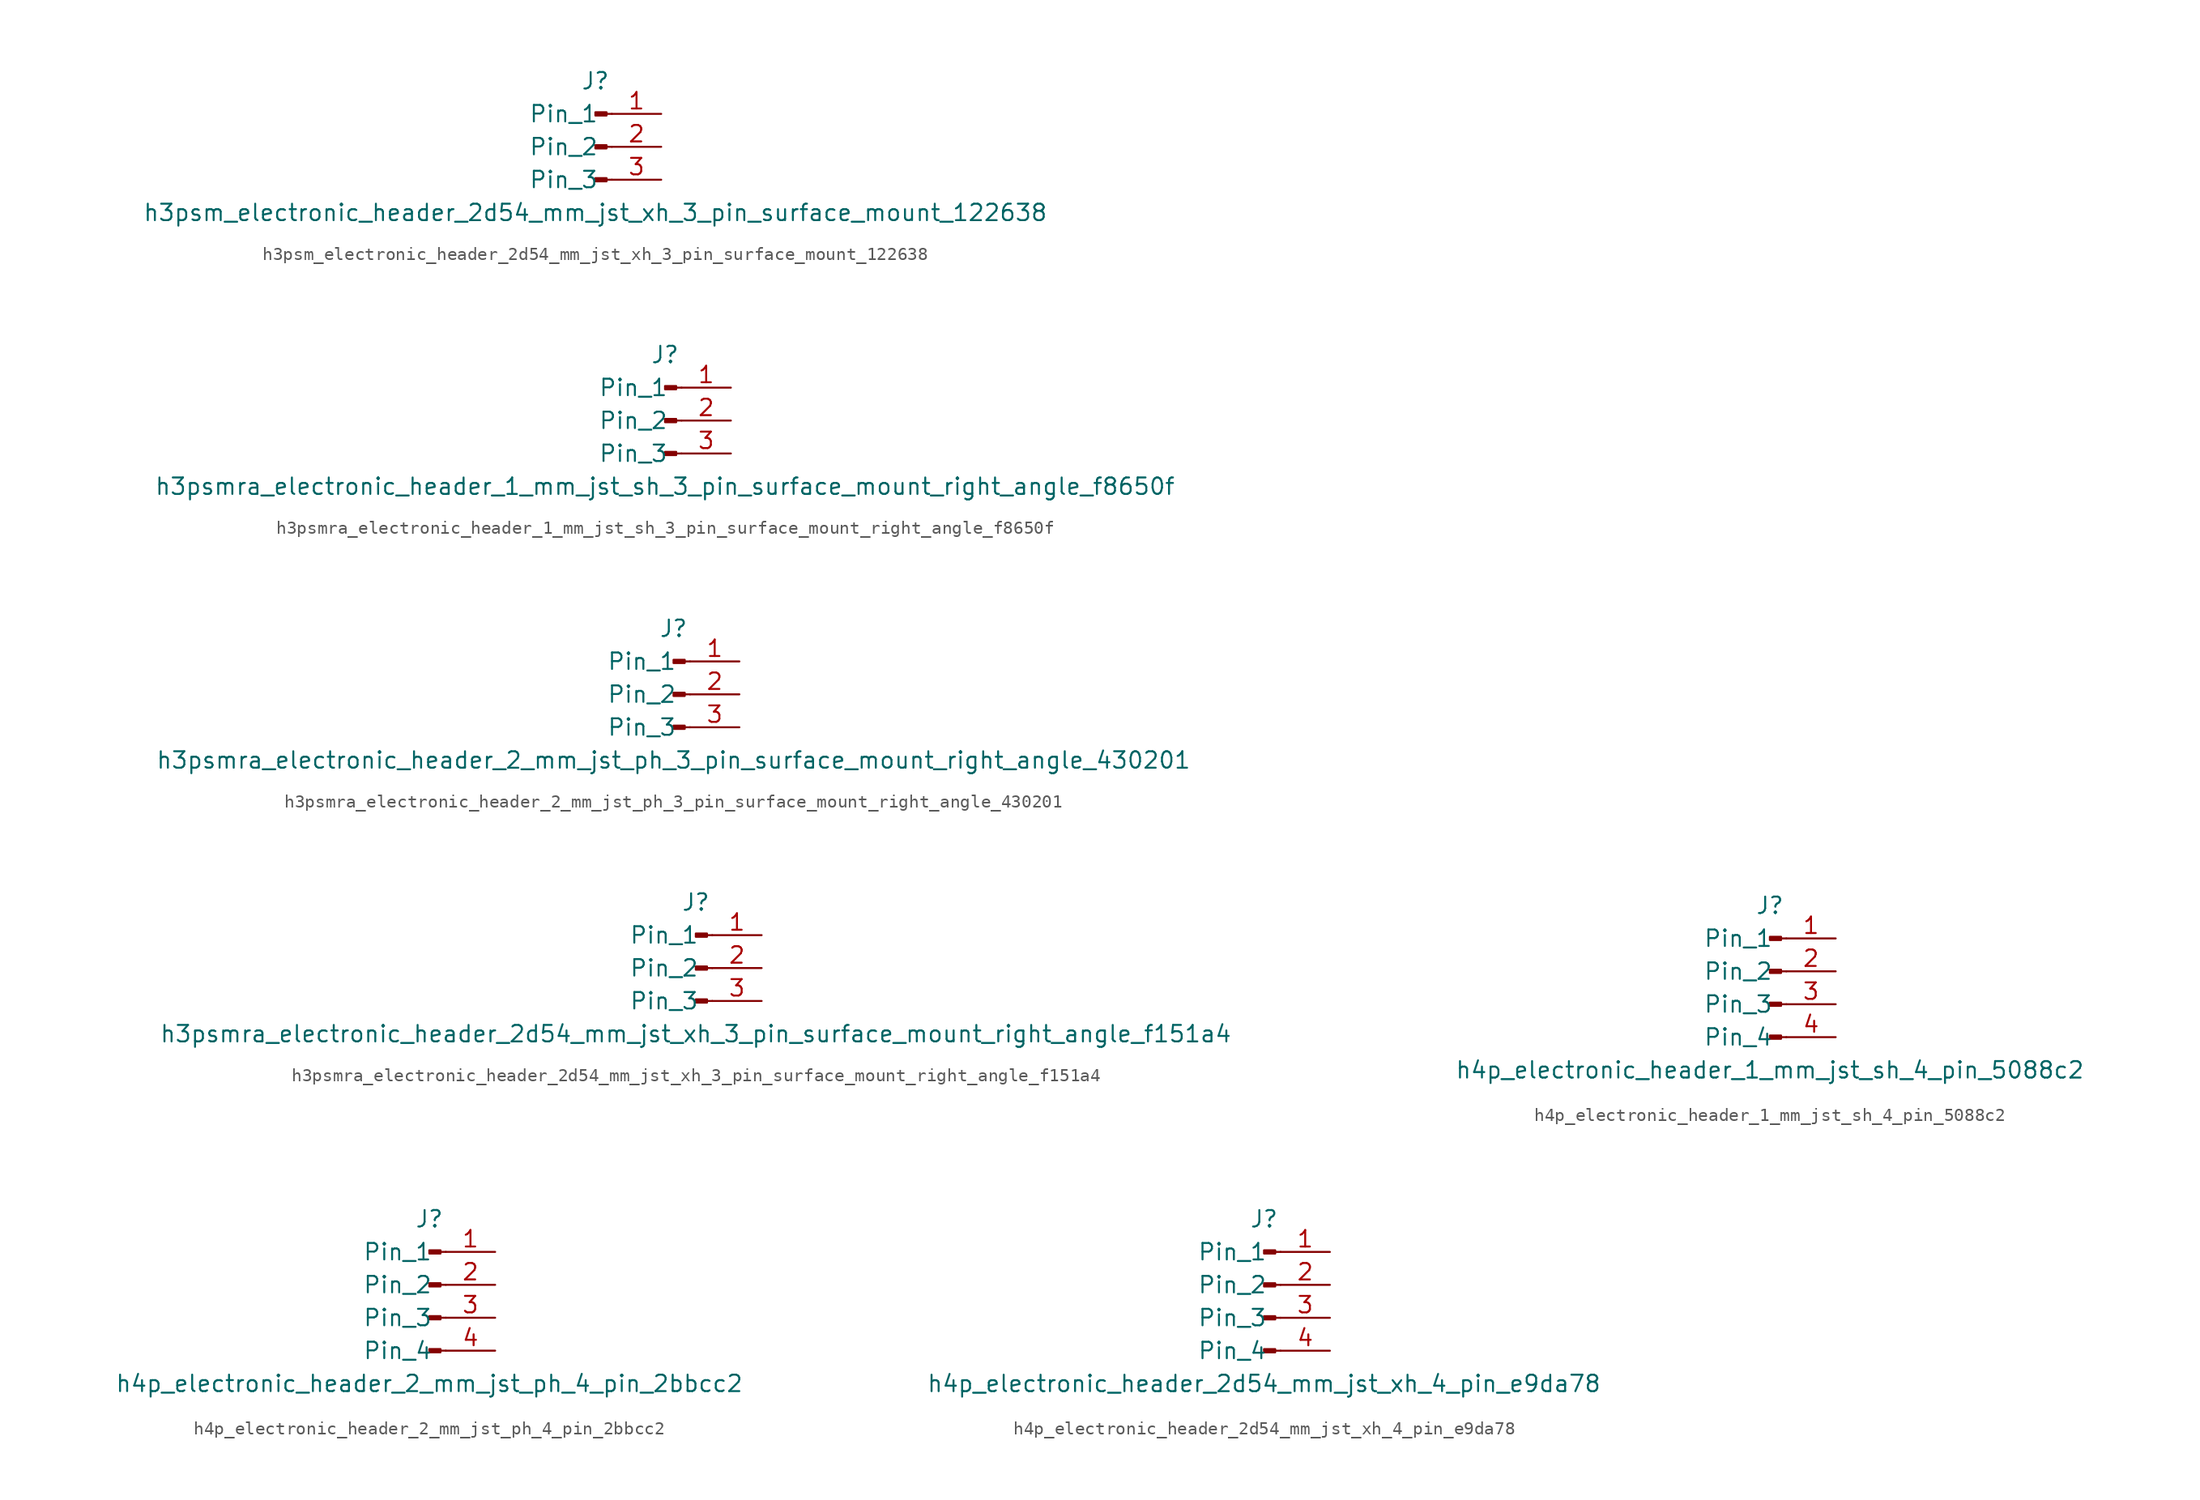
<source format=kicad_sym>
(kicad_symbol_lib
  (version 20220914)
  (generator kicad_symbol_editor)
  (symbol "h3psm_electronic_header_2d54_mm_jst_xh_3_pin_surface_mount_122638"
    (pin_names
      (offset 1.016))
    (property "Reference" "J"
      (at 0 5.08 0)
      (effects (font (size 1.27 1.27))))
    (property "Value" "h3psm_electronic_header_2d54_mm_jst_xh_3_pin_surface_mount_122638"
      (at 0 -5.08 0)
      (effects (font (size 1.27 1.27))))
    (property "ki_locked" ""
      (at 0 0 0)
      (effects (font (size 1.27 1.27))))
    (symbol "h3psm_electronic_header_2d54_mm_jst_xh_3_pin_surface_mount_122638_1_1"
      (polyline (pts (xy 1.27 -2.54) (xy 0.864 -2.54)) (stroke (width 0.152) (type default)) (fill (type none)))
      (polyline (pts (xy 1.27 0) (xy 0.864 0)) (stroke (width 0.152) (type default)) (fill (type none)))
      (polyline (pts (xy 1.27 2.54) (xy 0.864 2.54)) (stroke (width 0.152) (type default)) (fill (type none)))
      (rectangle (start 0.864 -2.413) (end 0 -2.667) (stroke (width 0.152) (type default)) (fill (type outline)))
      (rectangle (start 0.864 0.127) (end 0 -0.127) (stroke (width 0.152) (type default)) (fill (type outline)))
      (rectangle (start 0.864 2.667) (end 0 2.413) (stroke (width 0.152) (type default)) (fill (type outline)))
      (pin passive line (at 5.08 2.54 180) (length 3.81) (name "Pin_1" (effects (font (size 1.27 1.27)))) (number "1" (effects (font (size 1.27 1.27)))))
      (pin passive line (at 5.08 0 180) (length 3.81) (name "Pin_2" (effects (font (size 1.27 1.27)))) (number "2" (effects (font (size 1.27 1.27)))))
      (pin passive line (at 5.08 -2.54 180) (length 3.81) (name "Pin_3" (effects (font (size 1.27 1.27)))) (number "3" (effects (font (size 1.27 1.27)))))))
  (symbol "h3psmra_electronic_header_1_mm_jst_sh_3_pin_surface_mount_right_angle_f8650f"
    (pin_names
      (offset 1.016))
    (property "Reference" "J"
      (at 0 5.08 0)
      (effects (font (size 1.27 1.27))))
    (property "Value" "h3psmra_electronic_header_1_mm_jst_sh_3_pin_surface_mount_right_angle_f8650f"
      (at 0 -5.08 0)
      (effects (font (size 1.27 1.27))))
    (property "ki_locked" ""
      (at 0 0 0)
      (effects (font (size 1.27 1.27))))
    (symbol "h3psmra_electronic_header_1_mm_jst_sh_3_pin_surface_mount_right_angle_f8650f_1_1"
      (polyline (pts (xy 1.27 -2.54) (xy 0.864 -2.54)) (stroke (width 0.152) (type default)) (fill (type none)))
      (polyline (pts (xy 1.27 0) (xy 0.864 0)) (stroke (width 0.152) (type default)) (fill (type none)))
      (polyline (pts (xy 1.27 2.54) (xy 0.864 2.54)) (stroke (width 0.152) (type default)) (fill (type none)))
      (rectangle (start 0.864 -2.413) (end 0 -2.667) (stroke (width 0.152) (type default)) (fill (type outline)))
      (rectangle (start 0.864 0.127) (end 0 -0.127) (stroke (width 0.152) (type default)) (fill (type outline)))
      (rectangle (start 0.864 2.667) (end 0 2.413) (stroke (width 0.152) (type default)) (fill (type outline)))
      (pin passive line (at 5.08 2.54 180) (length 3.81) (name "Pin_1" (effects (font (size 1.27 1.27)))) (number "1" (effects (font (size 1.27 1.27)))))
      (pin passive line (at 5.08 0 180) (length 3.81) (name "Pin_2" (effects (font (size 1.27 1.27)))) (number "2" (effects (font (size 1.27 1.27)))))
      (pin passive line (at 5.08 -2.54 180) (length 3.81) (name "Pin_3" (effects (font (size 1.27 1.27)))) (number "3" (effects (font (size 1.27 1.27)))))))
  (symbol "h3psmra_electronic_header_2_mm_jst_ph_3_pin_surface_mount_right_angle_430201"
    (pin_names
      (offset 1.016))
    (property "Reference" "J"
      (at 0 5.08 0)
      (effects (font (size 1.27 1.27))))
    (property "Value" "h3psmra_electronic_header_2_mm_jst_ph_3_pin_surface_mount_right_angle_430201"
      (at 0 -5.08 0)
      (effects (font (size 1.27 1.27))))
    (property "ki_locked" ""
      (at 0 0 0)
      (effects (font (size 1.27 1.27))))
    (symbol "h3psmra_electronic_header_2_mm_jst_ph_3_pin_surface_mount_right_angle_430201_1_1"
      (polyline (pts (xy 1.27 -2.54) (xy 0.864 -2.54)) (stroke (width 0.152) (type default)) (fill (type none)))
      (polyline (pts (xy 1.27 0) (xy 0.864 0)) (stroke (width 0.152) (type default)) (fill (type none)))
      (polyline (pts (xy 1.27 2.54) (xy 0.864 2.54)) (stroke (width 0.152) (type default)) (fill (type none)))
      (rectangle (start 0.864 -2.413) (end 0 -2.667) (stroke (width 0.152) (type default)) (fill (type outline)))
      (rectangle (start 0.864 0.127) (end 0 -0.127) (stroke (width 0.152) (type default)) (fill (type outline)))
      (rectangle (start 0.864 2.667) (end 0 2.413) (stroke (width 0.152) (type default)) (fill (type outline)))
      (pin passive line (at 5.08 2.54 180) (length 3.81) (name "Pin_1" (effects (font (size 1.27 1.27)))) (number "1" (effects (font (size 1.27 1.27)))))
      (pin passive line (at 5.08 0 180) (length 3.81) (name "Pin_2" (effects (font (size 1.27 1.27)))) (number "2" (effects (font (size 1.27 1.27)))))
      (pin passive line (at 5.08 -2.54 180) (length 3.81) (name "Pin_3" (effects (font (size 1.27 1.27)))) (number "3" (effects (font (size 1.27 1.27)))))))
  (symbol "h3psmra_electronic_header_2d54_mm_jst_xh_3_pin_surface_mount_right_angle_f151a4"
    (pin_names
      (offset 1.016))
    (property "Reference" "J"
      (at 0 5.08 0)
      (effects (font (size 1.27 1.27))))
    (property "Value" "h3psmra_electronic_header_2d54_mm_jst_xh_3_pin_surface_mount_right_angle_f151a4"
      (at 0 -5.08 0)
      (effects (font (size 1.27 1.27))))
    (property "ki_locked" ""
      (at 0 0 0)
      (effects (font (size 1.27 1.27))))
    (symbol "h3psmra_electronic_header_2d54_mm_jst_xh_3_pin_surface_mount_right_angle_f151a4_1_1"
      (polyline (pts (xy 1.27 -2.54) (xy 0.864 -2.54)) (stroke (width 0.152) (type default)) (fill (type none)))
      (polyline (pts (xy 1.27 0) (xy 0.864 0)) (stroke (width 0.152) (type default)) (fill (type none)))
      (polyline (pts (xy 1.27 2.54) (xy 0.864 2.54)) (stroke (width 0.152) (type default)) (fill (type none)))
      (rectangle (start 0.864 -2.413) (end 0 -2.667) (stroke (width 0.152) (type default)) (fill (type outline)))
      (rectangle (start 0.864 0.127) (end 0 -0.127) (stroke (width 0.152) (type default)) (fill (type outline)))
      (rectangle (start 0.864 2.667) (end 0 2.413) (stroke (width 0.152) (type default)) (fill (type outline)))
      (pin passive line (at 5.08 2.54 180) (length 3.81) (name "Pin_1" (effects (font (size 1.27 1.27)))) (number "1" (effects (font (size 1.27 1.27)))))
      (pin passive line (at 5.08 0 180) (length 3.81) (name "Pin_2" (effects (font (size 1.27 1.27)))) (number "2" (effects (font (size 1.27 1.27)))))
      (pin passive line (at 5.08 -2.54 180) (length 3.81) (name "Pin_3" (effects (font (size 1.27 1.27)))) (number "3" (effects (font (size 1.27 1.27)))))))
  (symbol "h4p_electronic_header_1_mm_jst_sh_4_pin_5088c2"
    (pin_names
      (offset 1.016))
    (property "Reference" "J"
      (at 0 5.08 0)
      (effects (font (size 1.27 1.27))))
    (property "Value" "h4p_electronic_header_1_mm_jst_sh_4_pin_5088c2"
      (at 0 -7.62 0)
      (effects (font (size 1.27 1.27))))
    (property "ki_locked" ""
      (at 0 0 0)
      (effects (font (size 1.27 1.27))))
    (symbol "h4p_electronic_header_1_mm_jst_sh_4_pin_5088c2_1_1"
      (polyline (pts (xy 1.27 -5.08) (xy 0.864 -5.08)) (stroke (width 0.152) (type default)) (fill (type none)))
      (polyline (pts (xy 1.27 -2.54) (xy 0.864 -2.54)) (stroke (width 0.152) (type default)) (fill (type none)))
      (polyline (pts (xy 1.27 0) (xy 0.864 0)) (stroke (width 0.152) (type default)) (fill (type none)))
      (polyline (pts (xy 1.27 2.54) (xy 0.864 2.54)) (stroke (width 0.152) (type default)) (fill (type none)))
      (rectangle (start 0.864 -4.953) (end 0 -5.207) (stroke (width 0.152) (type default)) (fill (type outline)))
      (rectangle (start 0.864 -2.413) (end 0 -2.667) (stroke (width 0.152) (type default)) (fill (type outline)))
      (rectangle (start 0.864 0.127) (end 0 -0.127) (stroke (width 0.152) (type default)) (fill (type outline)))
      (rectangle (start 0.864 2.667) (end 0 2.413) (stroke (width 0.152) (type default)) (fill (type outline)))
      (pin passive line (at 5.08 2.54 180) (length 3.81) (name "Pin_1" (effects (font (size 1.27 1.27)))) (number "1" (effects (font (size 1.27 1.27)))))
      (pin passive line (at 5.08 0 180) (length 3.81) (name "Pin_2" (effects (font (size 1.27 1.27)))) (number "2" (effects (font (size 1.27 1.27)))))
      (pin passive line (at 5.08 -2.54 180) (length 3.81) (name "Pin_3" (effects (font (size 1.27 1.27)))) (number "3" (effects (font (size 1.27 1.27)))))
      (pin passive line (at 5.08 -5.08 180) (length 3.81) (name "Pin_4" (effects (font (size 1.27 1.27)))) (number "4" (effects (font (size 1.27 1.27)))))))
  (symbol "h4p_electronic_header_2_mm_jst_ph_4_pin_2bbcc2"
    (pin_names
      (offset 1.016))
    (property "Reference" "J"
      (at 0 5.08 0)
      (effects (font (size 1.27 1.27))))
    (property "Value" "h4p_electronic_header_2_mm_jst_ph_4_pin_2bbcc2"
      (at 0 -7.62 0)
      (effects (font (size 1.27 1.27))))
    (property "ki_locked" ""
      (at 0 0 0)
      (effects (font (size 1.27 1.27))))
    (symbol "h4p_electronic_header_2_mm_jst_ph_4_pin_2bbcc2_1_1"
      (polyline (pts (xy 1.27 -5.08) (xy 0.864 -5.08)) (stroke (width 0.152) (type default)) (fill (type none)))
      (polyline (pts (xy 1.27 -2.54) (xy 0.864 -2.54)) (stroke (width 0.152) (type default)) (fill (type none)))
      (polyline (pts (xy 1.27 0) (xy 0.864 0)) (stroke (width 0.152) (type default)) (fill (type none)))
      (polyline (pts (xy 1.27 2.54) (xy 0.864 2.54)) (stroke (width 0.152) (type default)) (fill (type none)))
      (rectangle (start 0.864 -4.953) (end 0 -5.207) (stroke (width 0.152) (type default)) (fill (type outline)))
      (rectangle (start 0.864 -2.413) (end 0 -2.667) (stroke (width 0.152) (type default)) (fill (type outline)))
      (rectangle (start 0.864 0.127) (end 0 -0.127) (stroke (width 0.152) (type default)) (fill (type outline)))
      (rectangle (start 0.864 2.667) (end 0 2.413) (stroke (width 0.152) (type default)) (fill (type outline)))
      (pin passive line (at 5.08 2.54 180) (length 3.81) (name "Pin_1" (effects (font (size 1.27 1.27)))) (number "1" (effects (font (size 1.27 1.27)))))
      (pin passive line (at 5.08 0 180) (length 3.81) (name "Pin_2" (effects (font (size 1.27 1.27)))) (number "2" (effects (font (size 1.27 1.27)))))
      (pin passive line (at 5.08 -2.54 180) (length 3.81) (name "Pin_3" (effects (font (size 1.27 1.27)))) (number "3" (effects (font (size 1.27 1.27)))))
      (pin passive line (at 5.08 -5.08 180) (length 3.81) (name "Pin_4" (effects (font (size 1.27 1.27)))) (number "4" (effects (font (size 1.27 1.27)))))))
  (symbol "h4p_electronic_header_2d54_mm_jst_xh_4_pin_e9da78"
    (pin_names
      (offset 1.016))
    (property "Reference" "J"
      (at 0 5.08 0)
      (effects (font (size 1.27 1.27))))
    (property "Value" "h4p_electronic_header_2d54_mm_jst_xh_4_pin_e9da78"
      (at 0 -7.62 0)
      (effects (font (size 1.27 1.27))))
    (property "ki_locked" ""
      (at 0 0 0)
      (effects (font (size 1.27 1.27))))
    (symbol "h4p_electronic_header_2d54_mm_jst_xh_4_pin_e9da78_1_1"
      (polyline (pts (xy 1.27 -5.08) (xy 0.864 -5.08)) (stroke (width 0.152) (type default)) (fill (type none)))
      (polyline (pts (xy 1.27 -2.54) (xy 0.864 -2.54)) (stroke (width 0.152) (type default)) (fill (type none)))
      (polyline (pts (xy 1.27 0) (xy 0.864 0)) (stroke (width 0.152) (type default)) (fill (type none)))
      (polyline (pts (xy 1.27 2.54) (xy 0.864 2.54)) (stroke (width 0.152) (type default)) (fill (type none)))
      (rectangle (start 0.864 -4.953) (end 0 -5.207) (stroke (width 0.152) (type default)) (fill (type outline)))
      (rectangle (start 0.864 -2.413) (end 0 -2.667) (stroke (width 0.152) (type default)) (fill (type outline)))
      (rectangle (start 0.864 0.127) (end 0 -0.127) (stroke (width 0.152) (type default)) (fill (type outline)))
      (rectangle (start 0.864 2.667) (end 0 2.413) (stroke (width 0.152) (type default)) (fill (type outline)))
      (pin passive line (at 5.08 2.54 180) (length 3.81) (name "Pin_1" (effects (font (size 1.27 1.27)))) (number "1" (effects (font (size 1.27 1.27)))))
      (pin passive line (at 5.08 0 180) (length 3.81) (name "Pin_2" (effects (font (size 1.27 1.27)))) (number "2" (effects (font (size 1.27 1.27)))))
      (pin passive line (at 5.08 -2.54 180) (length 3.81) (name "Pin_3" (effects (font (size 1.27 1.27)))) (number "3" (effects (font (size 1.27 1.27)))))
      (pin passive line (at 5.08 -5.08 180) (length 3.81) (name "Pin_4" (effects (font (size 1.27 1.27)))) (number "4" (effects (font (size 1.27 1.27))))))))
</source>
